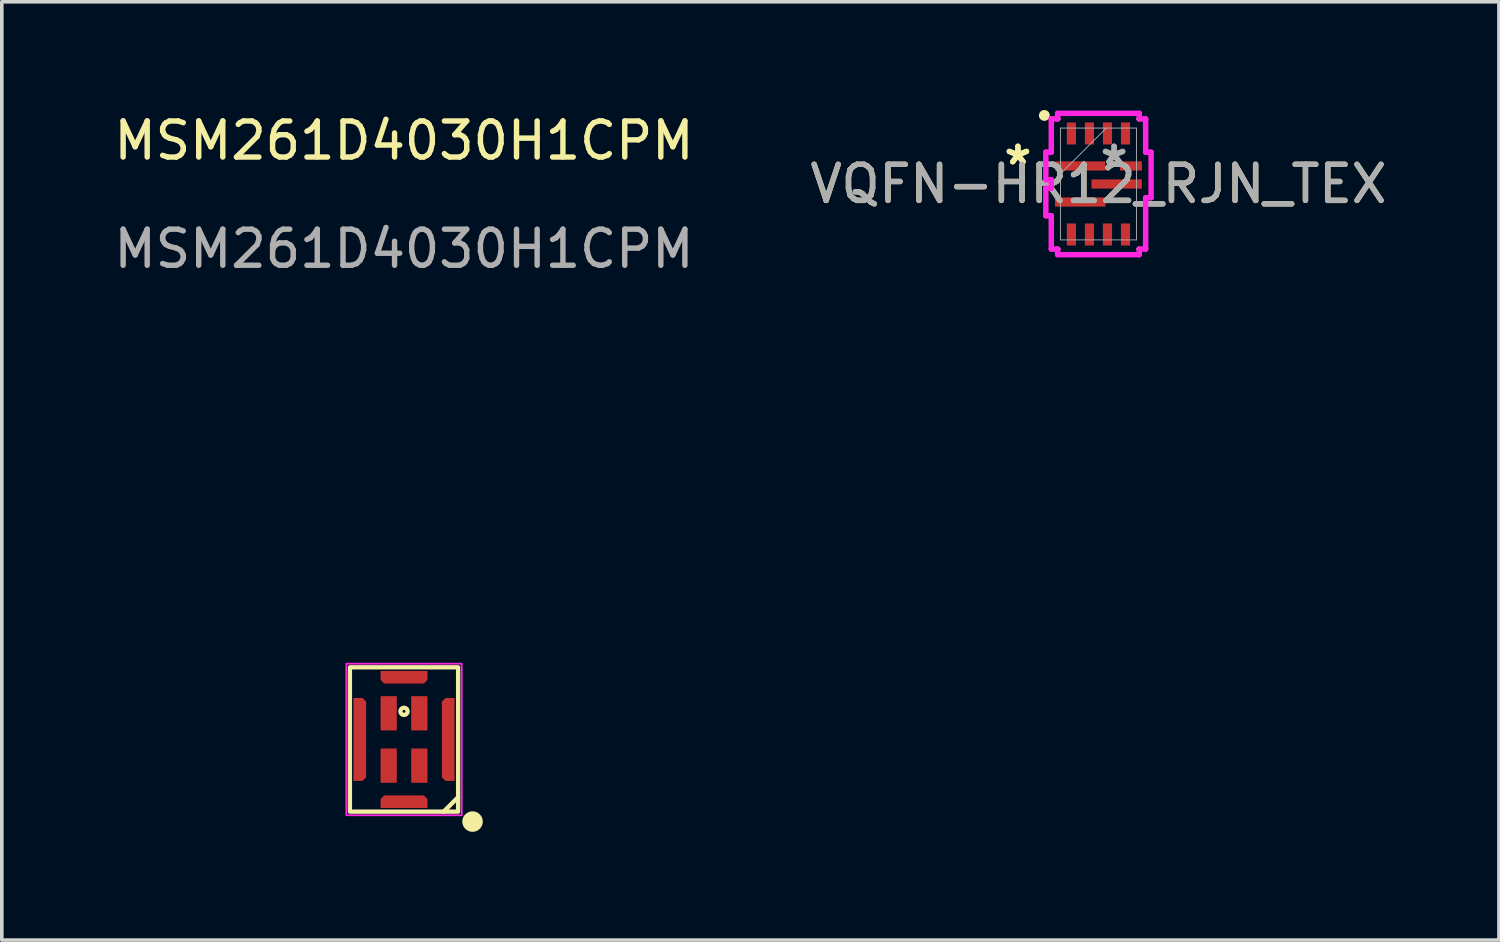
<source format=kicad_pcb>
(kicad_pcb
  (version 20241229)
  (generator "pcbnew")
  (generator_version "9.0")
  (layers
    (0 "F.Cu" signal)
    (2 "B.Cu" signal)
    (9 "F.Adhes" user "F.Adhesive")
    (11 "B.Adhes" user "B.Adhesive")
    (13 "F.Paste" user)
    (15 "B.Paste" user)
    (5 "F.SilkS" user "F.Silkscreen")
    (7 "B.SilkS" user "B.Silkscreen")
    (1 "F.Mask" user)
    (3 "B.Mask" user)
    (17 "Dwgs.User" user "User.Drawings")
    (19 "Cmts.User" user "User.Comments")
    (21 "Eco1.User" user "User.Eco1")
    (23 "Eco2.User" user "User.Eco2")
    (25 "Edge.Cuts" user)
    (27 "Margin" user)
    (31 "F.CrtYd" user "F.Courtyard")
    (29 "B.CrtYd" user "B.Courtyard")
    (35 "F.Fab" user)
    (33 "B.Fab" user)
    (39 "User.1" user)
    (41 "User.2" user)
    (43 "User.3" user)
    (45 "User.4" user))
  (footprint "MSM261D4030H1CPM"
    (layer "F.Cu")
    (at 8.149 17.448)
    (property "Reference" "MSM261D4030H1CPM" (at 0 -16.6 0) (unlocked yes) (layer "F.SilkS") (effects (font (size 1 1) (thickness 0.15))))
    (attr smd)
    (fp_line (start 1.1 2) (end 1.5 1.6) (stroke (width 0.12) (type solid)) (layer "F.SilkS"))
    (fp_rect (start -1.5 -2) (end 1.5 2) (stroke (width 0.12) (type solid)) (fill no) (layer "F.SilkS"))
    (fp_circle (center 0 -0.78) (end 0.1 -0.78) (stroke (width 0.12) (type solid)) (fill no) (layer "F.SilkS"))
    (fp_circle (center 1.9 2.276) (end 2.124 2.276) (stroke (width 0.12) (type solid)) (fill yes) (layer "F.SilkS"))
    (fp_rect (start -1.6 -2.1) (end 1.6 2.1) (stroke (width 0.05) (type solid)) (fill no) (layer "F.CrtYd"))
    (fp_text user "${REFERENCE}" (at 0 -13.6 0) (unlocked yes) (layer "F.Fab") (effects (font (size 1 1) (thickness 0.15))))
    (pad "1" smd rect (at 0.425 0.725 180) (size 0.45 0.95) (layers "F.Cu" "F.Mask" "F.Paste"))
    (pad "2" smd rect (at 0.425 -0.725 180) (size 0.45 0.95) (layers "F.Cu" "F.Mask" "F.Paste"))
    (pad "3" smd rect (at -0.425 -0.725 180) (size 0.45 0.95) (layers "F.Cu" "F.Mask" "F.Paste"))
    (pad "4" smd rect (at -0.425 0.725 180) (size 0.45 0.95) (layers "F.Cu" "F.Mask" "F.Paste"))
    (pad "5" smd roundrect (at 0 1.725) (size 1.3 0.35) (layers "F.Cu" "F.Mask" "F.Paste") (roundrect_rratio 0) (chamfer_ratio 0.286) (chamfer top_left top_right))
    (pad "6" smd roundrect (at 1.225 0 90) (size 2.3 0.35) (layers "F.Cu" "F.Mask" "F.Paste") (roundrect_rratio 0) (chamfer_ratio 0.286) (chamfer top_left top_right))
    (pad "7" smd roundrect (at 0 -1.725 180) (size 1.3 0.35) (layers "F.Cu" "F.Mask" "F.Paste") (roundrect_rratio 0) (chamfer_ratio 0.286) (chamfer top_left top_right))
    (pad "8" smd roundrect (at -1.225 0 270) (size 2.3 0.35) (layers "F.Cu" "F.Mask" "F.Paste") (roundrect_rratio 0) (chamfer_ratio 0.286) (chamfer top_left top_right)))
  (footprint "VQFN-HR12_RJN_TEX"
    (layer "F.Cu")
    (at 27.399 2.05)
    (property "Reference" "VQFN-HR12_RJN_TEX" (at 0 0 0) (unlocked yes) (layer "F.SilkS") (effects (font (size 1 1) (thickness 0.15))))
    (attr smd)
    (fp_line (start -1.3 -1.8) (end -1.1 -1.8) (stroke (width 0.1) (type default)) (layer "F.SilkS"))
    (fp_line (start -1.3 -0.9) (end -1.3 -1.8) (stroke (width 0.1) (type default)) (layer "F.SilkS"))
    (fp_line (start -1.3 0.9) (end -1.3 1.8) (stroke (width 0.1) (type default)) (layer "F.SilkS"))
    (fp_line (start -1.3 1.8) (end -1.1 1.8) (stroke (width 0.1) (type default)) (layer "F.SilkS"))
    (fp_line (start 1.1 -1.8) (end 1.3 -1.8) (stroke (width 0.1) (type default)) (layer "F.SilkS"))
    (fp_line (start 1.1 1.8) (end 1.3 1.8) (stroke (width 0.1) (type default)) (layer "F.SilkS"))
    (fp_line (start 1.3 -1.8) (end 1.3 -0.9) (stroke (width 0.1) (type default)) (layer "F.SilkS"))
    (fp_line (start 1.3 1.8) (end 1.3 0.9) (stroke (width 0.1) (type default)) (layer "F.SilkS"))
    (fp_circle (center -1.5 -1.9) (end -1.4 -1.9) (stroke (width 0.1) (type solid)) (fill yes) (layer "F.SilkS"))
    (fp_line (start -1.459 -0.881) (end -1.459 -0.119) (stroke (width 0.152) (type solid)) (layer "F.CrtYd"))
    (fp_line (start -1.459 -0.119) (end -1.308 -0.119) (stroke (width 0.152) (type solid)) (layer "F.CrtYd"))
    (fp_line (start -1.459 0.119) (end -1.459 0.881) (stroke (width 0.152) (type solid)) (layer "F.CrtYd"))
    (fp_line (start -1.459 0.881) (end -1.308 0.881) (stroke (width 0.152) (type solid)) (layer "F.CrtYd"))
    (fp_line (start -1.308 -1.804) (end -1.308 -0.881) (stroke (width 0.152) (type solid)) (layer "F.CrtYd"))
    (fp_line (start -1.308 -0.881) (end -1.459 -0.881) (stroke (width 0.152) (type solid)) (layer "F.CrtYd"))
    (fp_line (start -1.308 -0.119) (end -1.308 0.119) (stroke (width 0.152) (type solid)) (layer "F.CrtYd"))
    (fp_line (start -1.308 0.119) (end -1.459 0.119) (stroke (width 0.152) (type solid)) (layer "F.CrtYd"))
    (fp_line (start -1.308 0.881) (end -1.308 1.804) (stroke (width 0.152) (type solid)) (layer "F.CrtYd"))
    (fp_line (start -1.308 1.804) (end -1.131 1.804) (stroke (width 0.152) (type solid)) (layer "F.CrtYd"))
    (fp_line (start -1.131 -1.959) (end -1.131 -1.804) (stroke (width 0.152) (type solid)) (layer "F.CrtYd"))
    (fp_line (start -1.131 -1.804) (end -1.308 -1.804) (stroke (width 0.152) (type solid)) (layer "F.CrtYd"))
    (fp_line (start -1.131 1.804) (end -1.131 1.959) (stroke (width 0.152) (type solid)) (layer "F.CrtYd"))
    (fp_line (start -1.131 1.959) (end 1.131 1.959) (stroke (width 0.152) (type solid)) (layer "F.CrtYd"))
    (fp_line (start 1.131 -1.959) (end -1.131 -1.959) (stroke (width 0.152) (type solid)) (layer "F.CrtYd"))
    (fp_line (start 1.131 -1.804) (end 1.131 -1.959) (stroke (width 0.152) (type solid)) (layer "F.CrtYd"))
    (fp_line (start 1.131 1.804) (end 1.308 1.804) (stroke (width 0.152) (type solid)) (layer "F.CrtYd"))
    (fp_line (start 1.131 1.959) (end 1.131 1.804) (stroke (width 0.152) (type solid)) (layer "F.CrtYd"))
    (fp_line (start 1.308 -1.804) (end 1.131 -1.804) (stroke (width 0.152) (type solid)) (layer "F.CrtYd"))
    (fp_line (start 1.308 -0.881) (end 1.308 -1.804) (stroke (width 0.152) (type solid)) (layer "F.CrtYd"))
    (fp_line (start 1.308 0.381) (end 1.459 0.381) (stroke (width 0.152) (type solid)) (layer "F.CrtYd"))
    (fp_line (start 1.308 1.804) (end 1.308 0.381) (stroke (width 0.152) (type solid)) (layer "F.CrtYd"))
    (fp_line (start 1.459 -0.881) (end 1.308 -0.881) (stroke (width 0.152) (type solid)) (layer "F.CrtYd"))
    (fp_line (start 1.459 0.381) (end 1.459 -0.881) (stroke (width 0.152) (type solid)) (layer "F.CrtYd"))
    (fp_line (start -1.054 -1.55) (end -1.054 1.55) (stroke (width 0.025) (type solid)) (layer "F.Fab"))
    (fp_line (start -1.054 -0.28) (end 0.216 -1.55) (stroke (width 0.025) (type solid)) (layer "F.Fab"))
    (fp_line (start -1.054 1.55) (end 1.054 1.55) (stroke (width 0.025) (type solid)) (layer "F.Fab"))
    (fp_line (start 1.054 -1.55) (end -1.054 -1.55) (stroke (width 0.025) (type solid)) (layer "F.Fab"))
    (fp_line (start 1.054 1.55) (end 1.054 -1.55) (stroke (width 0.025) (type solid)) (layer "F.Fab"))
    (fp_text user "*" (at -2.233 -0.5 0) (layer "F.SilkS") (effects (font (size 1 1) (thickness 0.15))))
    (fp_text user "*" (at -2.233 -0.5 0) (unlocked yes) (layer "F.SilkS") (effects (font (size 1 1) (thickness 0.15))))
    (fp_text user "*" (at 0.433 -0.5 0) (unlocked yes) (layer "F.Fab") (effects (font (size 1 1) (thickness 0.15))))
    (fp_text user "*" (at 0.433 -0.5 0) (layer "F.Fab") (effects (font (size 1 1) (thickness 0.15))))
    (fp_text user "${REFERENCE}" (at 0 0 0) (unlocked yes) (layer "F.Fab") (effects (font (size 1 1) (thickness 0.15))))
    (pad "1" smd rect (at -0.506 -0.5) (size 1.397 0.254) (layers "F.Cu" "F.Mask" "F.Paste"))
    (pad "2" smd rect (at -0.506 0.5) (size 1.397 0.254) (layers "F.Cu" "F.Mask" "F.Paste"))
    (pad "3" smd rect (at -0.75 1.4 90) (size 0.61 0.254) (layers "F.Cu" "F.Mask" "F.Paste"))
    (pad "4" smd rect (at -0.25 1.4 90) (size 0.61 0.254) (layers "F.Cu" "F.Mask" "F.Paste"))
    (pad "5" smd rect (at 0.25 1.4 90) (size 0.61 0.254) (layers "F.Cu" "F.Mask" "F.Paste"))
    (pad "6" smd rect (at 0.75 1.4 90) (size 0.61 0.254) (layers "F.Cu" "F.Mask" "F.Paste"))
    (pad "7" smd rect (at 0.506 0) (size 1.397 0.254) (layers "F.Cu" "F.Mask" "F.Paste"))
    (pad "8" smd rect (at 0.9 -0.5) (size 0.61 0.254) (layers "F.Cu" "F.Mask" "F.Paste"))
    (pad "9" smd rect (at 0.75 -1.4 90) (size 0.61 0.254) (layers "F.Cu" "F.Mask" "F.Paste"))
    (pad "10" smd rect (at 0.25 -1.4 90) (size 0.61 0.254) (layers "F.Cu" "F.Mask" "F.Paste"))
    (pad "11" smd rect (at -0.25 -1.4 90) (size 0.61 0.254) (layers "F.Cu" "F.Mask" "F.Paste"))
    (pad "12" smd rect (at -0.75 -1.4 90) (size 0.61 0.254) (layers "F.Cu" "F.Mask" "F.Paste")))
  (gr_rect
    (start -3 -3)
    (end 38.5 23.008)
    (stroke (width 0.1) (type default))
    (fill no)
    (layer "Edge.Cuts")))
</source>
